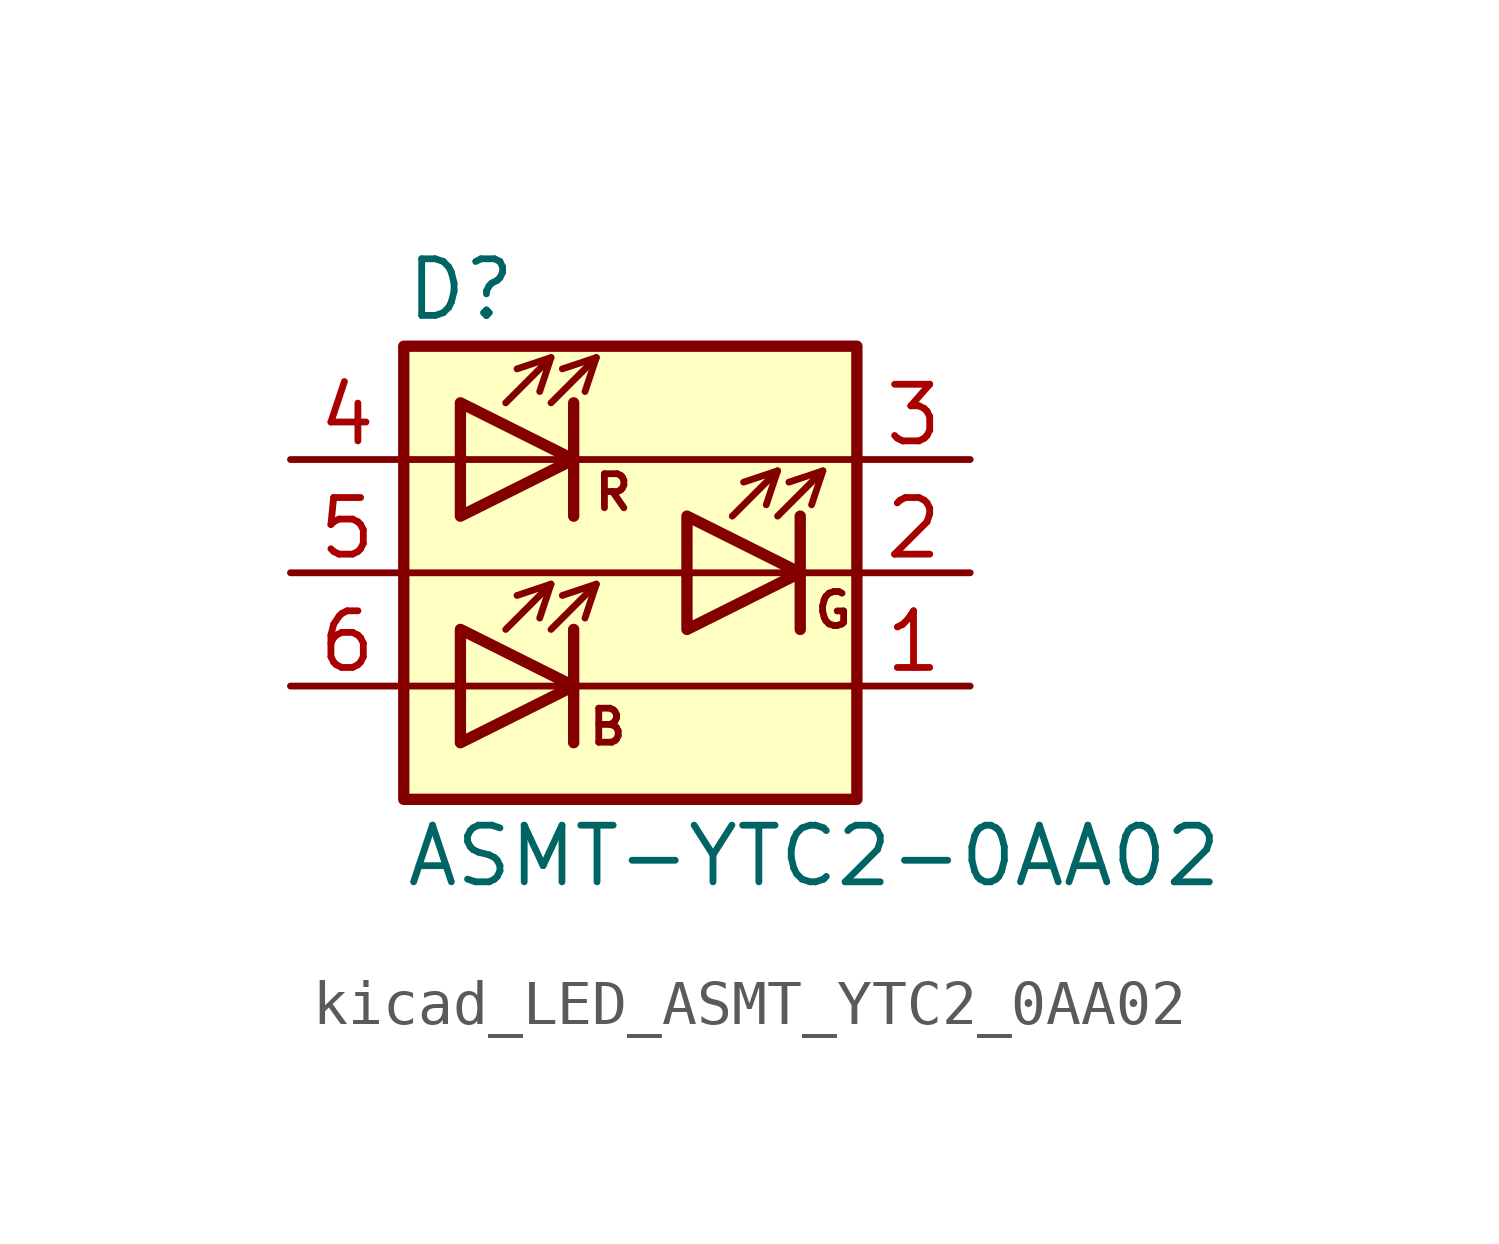
<source format=kicad_sym>
(kicad_symbol_lib
  (version 20220914)
  (generator kicad_symbol_editor)
  (symbol "kicad_LED_ASMT_YTC2_0AA02"
    (pin_names hide)
    (property "Reference" "D"
      (at -5.08 6.35 0)
      (effects (font (size 1.27 1.27)) (justify left)))
    (property "Value" "ASMT-YTC2-0AA02"
      (at -5.08 -6.35 0)
      (effects (font (size 1.27 1.27)) (justify left)))
    (symbol "kicad_LED_ASMT_YTC2_0AA02_0_0"
      (text "B" (at -0.508 -3.454 0) (effects (font (size 0.762 0.762))))
      (text "G" (at 4.547 -0.838 0) (effects (font (size 0.762 0.762))))
      (text "R" (at -0.381 1.803 0) (effects (font (size 0.762 0.762)))))
    (symbol "kicad_LED_ASMT_YTC2_0AA02_0_1"
      (rectangle (start -5.08 5.08) (end 5.08 -5.08) (stroke (width 0.254) (type default)) (fill (type background)))
      (polyline (pts (xy -5.08 -2.54) (xy 5.08 -2.54)) (stroke (width 0) (type default)) (fill (type none)))
      (polyline (pts (xy -5.08 0) (xy 5.08 0)) (stroke (width 0) (type default)) (fill (type none)))
      (polyline (pts (xy -5.08 2.54) (xy 5.08 2.54)) (stroke (width 0) (type default)) (fill (type none)))
      (polyline (pts (xy -2.794 -1.27) (xy -1.778 -0.254)) (stroke (width 0) (type default)) (fill (type none)))
      (polyline (pts (xy -2.794 3.81) (xy -1.778 4.826)) (stroke (width 0) (type default)) (fill (type none)))
      (polyline (pts (xy -1.778 -1.27) (xy -0.762 -0.254)) (stroke (width 0) (type default)) (fill (type none)))
      (polyline (pts (xy -1.778 3.81) (xy -0.762 4.826)) (stroke (width 0) (type default)) (fill (type none)))
      (polyline (pts (xy -1.27 -1.27) (xy -1.27 -3.81)) (stroke (width 0.254) (type default)) (fill (type none)))
      (polyline (pts (xy -1.27 3.81) (xy -1.27 1.27)) (stroke (width 0.254) (type default)) (fill (type none)))
      (polyline (pts (xy 2.286 1.27) (xy 3.302 2.286)) (stroke (width 0) (type default)) (fill (type none)))
      (polyline (pts (xy 3.302 1.27) (xy 4.318 2.286)) (stroke (width 0) (type default)) (fill (type none)))
      (polyline (pts (xy 3.81 1.27) (xy 3.81 -1.27)) (stroke (width 0.254) (type default)) (fill (type none)))
      (polyline (pts (xy -2.54 4.572) (xy -1.778 4.826) (xy -2.032 4.064)) (stroke (width 0) (type default)) (fill (type none)))
      (polyline (pts (xy -2.032 -1.016) (xy -1.778 -0.254) (xy -2.54 -0.508)) (stroke (width 0) (type default)) (fill (type none)))
      (polyline (pts (xy -1.524 -0.508) (xy -0.762 -0.254) (xy -1.016 -1.016)) (stroke (width 0) (type default)) (fill (type none)))
      (polyline (pts (xy -1.524 4.572) (xy -0.762 4.826) (xy -1.016 4.064)) (stroke (width 0) (type default)) (fill (type none)))
      (polyline (pts (xy 3.048 1.524) (xy 3.302 2.286) (xy 2.54 2.032)) (stroke (width 0) (type default)) (fill (type none)))
      (polyline (pts (xy 3.556 2.032) (xy 4.318 2.286) (xy 4.064 1.524)) (stroke (width 0) (type default)) (fill (type none)))
      (polyline (pts (xy -3.81 -1.27) (xy -3.81 -3.81) (xy -1.27 -2.54) (xy -3.81 -1.27)) (stroke (width 0.254) (type default)) (fill (type none)))
      (polyline (pts (xy -3.81 3.81) (xy -3.81 1.27) (xy -1.27 2.54) (xy -3.81 3.81)) (stroke (width 0.254) (type default)) (fill (type none)))
      (polyline (pts (xy 1.27 1.27) (xy 1.27 -1.27) (xy 3.81 0) (xy 1.27 1.27)) (stroke (width 0.254) (type default)) (fill (type none))))
    (symbol "kicad_LED_ASMT_YTC2_0AA02_1_1"
      (pin passive line (at 7.62 -2.54 180) (length 2.54) (name "KB" (effects (font (size 1.27 1.27)))) (number "1" (effects (font (size 1.27 1.27)))))
      (pin passive line (at 7.62 0 180) (length 2.54) (name "KG" (effects (font (size 1.27 1.27)))) (number "2" (effects (font (size 1.27 1.27)))))
      (pin passive line (at 7.62 2.54 180) (length 2.54) (name "KR" (effects (font (size 1.27 1.27)))) (number "3" (effects (font (size 1.27 1.27)))))
      (pin passive line (at -7.62 2.54 0) (length 2.54) (name "AR" (effects (font (size 1.27 1.27)))) (number "4" (effects (font (size 1.27 1.27)))))
      (pin passive line (at -7.62 0 0) (length 2.54) (name "AG" (effects (font (size 1.27 1.27)))) (number "5" (effects (font (size 1.27 1.27)))))
      (pin passive line (at -7.62 -2.54 0) (length 2.54) (name "AB" (effects (font (size 1.27 1.27)))) (number "6" (effects (font (size 1.27 1.27))))))))
</source>
